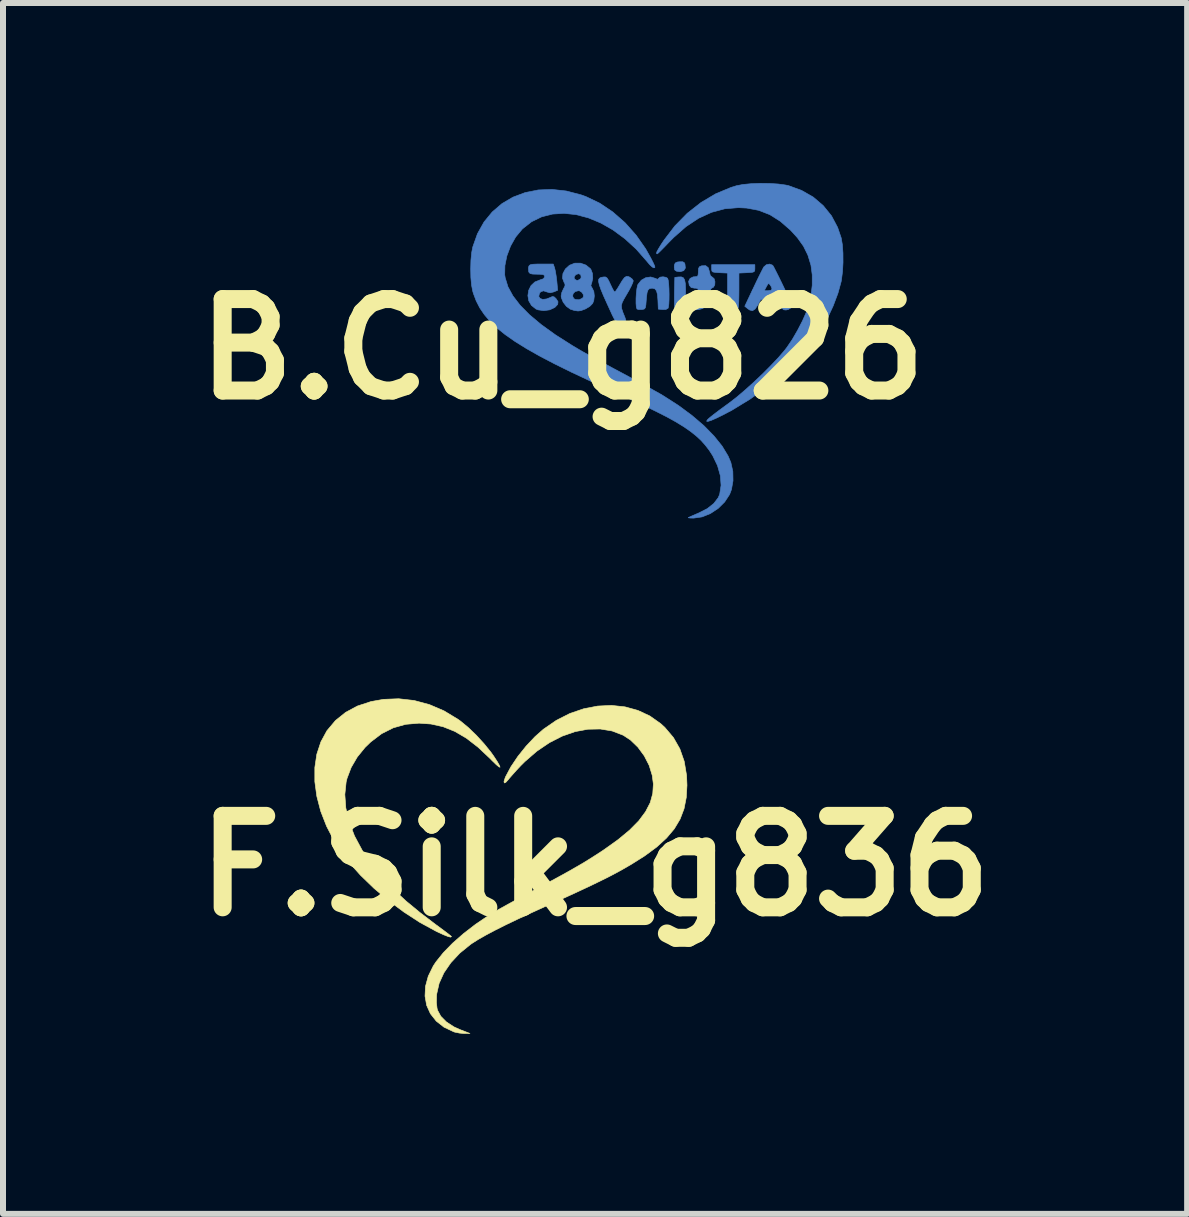
<source format=kicad_pcb>
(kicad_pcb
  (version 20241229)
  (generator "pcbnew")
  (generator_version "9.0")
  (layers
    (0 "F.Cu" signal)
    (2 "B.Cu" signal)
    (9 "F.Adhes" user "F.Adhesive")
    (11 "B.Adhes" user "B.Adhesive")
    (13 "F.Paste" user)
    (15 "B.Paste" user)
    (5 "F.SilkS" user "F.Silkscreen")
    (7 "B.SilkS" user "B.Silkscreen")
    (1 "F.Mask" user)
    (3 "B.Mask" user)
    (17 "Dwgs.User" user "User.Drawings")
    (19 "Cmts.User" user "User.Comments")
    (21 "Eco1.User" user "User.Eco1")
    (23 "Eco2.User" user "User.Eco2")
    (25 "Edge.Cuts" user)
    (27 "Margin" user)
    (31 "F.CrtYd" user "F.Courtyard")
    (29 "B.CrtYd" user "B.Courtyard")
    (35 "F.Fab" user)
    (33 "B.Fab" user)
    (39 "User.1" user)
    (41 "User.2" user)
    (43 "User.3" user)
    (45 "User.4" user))
  (footprint "B.Cu_g826"
    (layer "F.Cu")
    (at 6.321 2.768)
    (property "Reference" "B.Cu_g826" (at 0 0 0) (layer "F.SilkS") (effects (font (size 1.524 1.524) (thickness 0.3))))
    (attr through_hole)
    (fp_poly (pts (xy 2.006 -1.456) (xy 2.033 -1.439) (xy 2.042 -1.419) (xy 2.049 -1.352) (xy 2.022 -1.308) (xy 1.963 -1.291) (xy 1.956 -1.291) (xy 1.899 -1.3) (xy 1.871 -1.321) (xy 1.864 -1.366) (xy 1.866 -1.401) (xy 1.88 -1.435) (xy 1.915 -1.452) (xy 1.951 -1.456) (xy 2.006 -1.456)) (stroke (width 0.01) (type solid)) (fill yes) (layer "B.Cu"))
    (fp_poly (pts (xy 2.016 -1.189) (xy 2.037 -1.154) (xy 2.049 -1.09) (xy 2.053 -0.994) (xy 2.053 -0.941) (xy 2.052 -0.846) (xy 2.049 -0.765) (xy 2.044 -0.708) (xy 2.04 -0.69) (xy 2.012 -0.667) (xy 1.964 -0.657) (xy 1.912 -0.66) (xy 1.877 -0.676) (xy 1.872 -0.684) (xy 1.868 -0.715) (xy 1.866 -0.779) (xy 1.866 -0.866) (xy 1.867 -0.954) (xy 1.873 -1.196) (xy 1.933 -1.203) (xy 1.982 -1.204) (xy 2.016 -1.189)) (stroke (width 0.01) (type solid)) (fill yes) (layer "B.Cu"))
    (fp_poly (pts (xy 3.207 -1.344) (xy 3.205 -1.309) (xy 3.193 -1.29) (xy 3.162 -1.28) (xy 3.101 -1.276) (xy 3.074 -1.274) (xy 2.942 -1.268) (xy 2.942 -0.996) (xy 2.941 -0.89) (xy 2.939 -0.798) (xy 2.935 -0.729) (xy 2.93 -0.691) (xy 2.929 -0.69) (xy 2.902 -0.668) (xy 2.852 -0.656) (xy 2.8 -0.657) (xy 2.766 -0.67) (xy 2.761 -0.696) (xy 2.756 -0.755) (xy 2.753 -0.84) (xy 2.752 -0.944) (xy 2.752 -0.976) (xy 2.752 -1.268) (xy 2.619 -1.274) (xy 2.547 -1.279) (xy 2.508 -1.286) (xy 2.491 -1.302) (xy 2.487 -1.332) (xy 2.487 -1.344) (xy 2.487 -1.408) (xy 3.207 -1.408) (xy 3.207 -1.344)) (stroke (width 0.01) (type solid)) (fill yes) (layer "B.Cu"))
    (fp_poly (pts (xy 1.099 -1.21) (xy 1.122 -1.2) (xy 1.163 -1.169) (xy 1.181 -1.14) (xy 1.173 -1.109) (xy 1.147 -1.051) (xy 1.108 -0.976) (xy 1.077 -0.923) (xy 1.027 -0.837) (xy 0.996 -0.776) (xy 0.983 -0.726) (xy 0.988 -0.675) (xy 1.009 -0.611) (xy 1.041 -0.533) (xy 1.057 -0.484) (xy 1.053 -0.455) (xy 1.028 -0.432) (xy 0.984 -0.406) (xy 0.947 -0.403) (xy 0.913 -0.427) (xy 0.876 -0.481) (xy 0.83 -0.571) (xy 0.818 -0.598) (xy 0.742 -0.764) (xy 0.683 -0.895) (xy 0.641 -0.997) (xy 0.615 -1.072) (xy 0.603 -1.126) (xy 0.604 -1.161) (xy 0.619 -1.183) (xy 0.645 -1.196) (xy 0.683 -1.202) (xy 0.686 -1.203) (xy 0.718 -1.203) (xy 0.743 -1.187) (xy 0.768 -1.149) (xy 0.8 -1.081) (xy 0.831 -1.016) (xy 0.856 -0.97) (xy 0.871 -0.953) (xy 0.889 -0.969) (xy 0.919 -1.013) (xy 0.951 -1.066) (xy 0.999 -1.146) (xy 1.035 -1.193) (xy 1.066 -1.212) (xy 1.099 -1.21)) (stroke (width 0.01) (type solid)) (fill yes) (layer "B.Cu"))
    (fp_poly (pts (xy 1.726 -1.197) (xy 1.753 -1.181) (xy 1.763 -1.15) (xy 1.771 -1.088) (xy 1.776 -1.005) (xy 1.778 -0.914) (xy 1.777 -0.824) (xy 1.773 -0.748) (xy 1.765 -0.695) (xy 1.76 -0.681) (xy 1.725 -0.662) (xy 1.67 -0.66) (xy 1.598 -0.667) (xy 1.592 -0.814) (xy 1.584 -0.911) (xy 1.568 -0.972) (xy 1.541 -1.005) (xy 1.5 -1.016) (xy 1.491 -1.016) (xy 1.453 -1.01) (xy 1.428 -0.988) (xy 1.411 -0.942) (xy 1.401 -0.864) (xy 1.397 -0.815) (xy 1.391 -0.738) (xy 1.383 -0.693) (xy 1.368 -0.671) (xy 1.342 -0.663) (xy 1.322 -0.66) (xy 1.272 -0.66) (xy 1.243 -0.669) (xy 1.232 -0.702) (xy 1.227 -0.764) (xy 1.227 -0.844) (xy 1.232 -0.929) (xy 1.241 -1.006) (xy 1.253 -1.064) (xy 1.26 -1.08) (xy 1.315 -1.149) (xy 1.389 -1.191) (xy 1.471 -1.203) (xy 1.548 -1.18) (xy 1.548 -1.18) (xy 1.584 -1.164) (xy 1.601 -1.176) (xy 1.603 -1.18) (xy 1.629 -1.2) (xy 1.677 -1.206) (xy 1.726 -1.197)) (stroke (width 0.01) (type solid)) (fill yes) (layer "B.Cu"))
    (fp_poly (pts (xy 2.431 -1.357) (xy 2.451 -1.288) (xy 2.451 -1.286) (xy 2.465 -1.227) (xy 2.496 -1.201) (xy 2.499 -1.2) (xy 2.529 -1.173) (xy 2.542 -1.125) (xy 2.539 -1.073) (xy 2.518 -1.033) (xy 2.5 -1.023) (xy 2.476 -1.008) (xy 2.462 -0.974) (xy 2.453 -0.91) (xy 2.451 -0.884) (xy 2.442 -0.806) (xy 2.426 -0.756) (xy 2.397 -0.718) (xy 2.384 -0.706) (xy 2.33 -0.675) (xy 2.265 -0.658) (xy 2.203 -0.656) (xy 2.159 -0.671) (xy 2.146 -0.686) (xy 2.138 -0.749) (xy 2.16 -0.801) (xy 2.201 -0.825) (xy 2.236 -0.84) (xy 2.254 -0.872) (xy 2.261 -0.927) (xy 2.263 -0.983) (xy 2.254 -1.009) (xy 2.225 -1.016) (xy 2.202 -1.016) (xy 2.146 -1.027) (xy 2.114 -1.066) (xy 2.103 -1.13) (xy 2.128 -1.179) (xy 2.181 -1.205) (xy 2.202 -1.206) (xy 2.242 -1.21) (xy 2.26 -1.228) (xy 2.265 -1.274) (xy 2.265 -1.291) (xy 2.269 -1.347) (xy 2.286 -1.375) (xy 2.321 -1.389) (xy 2.388 -1.391) (xy 2.431 -1.357)) (stroke (width 0.01) (type solid)) (fill yes) (layer "B.Cu"))
    (fp_poly (pts (xy 3.5 -1.4) (xy 3.508 -1.392) (xy 3.524 -1.365) (xy 3.554 -1.306) (xy 3.596 -1.223) (xy 3.645 -1.123) (xy 3.684 -1.042) (xy 3.741 -0.921) (xy 3.781 -0.833) (xy 3.806 -0.772) (xy 3.817 -0.731) (xy 3.818 -0.705) (xy 3.81 -0.689) (xy 3.808 -0.688) (xy 3.764 -0.661) (xy 3.726 -0.652) (xy 3.689 -0.656) (xy 3.657 -0.683) (xy 3.624 -0.736) (xy 3.574 -0.826) (xy 3.305 -0.826) (xy 3.256 -0.736) (xy 3.211 -0.669) (xy 3.169 -0.642) (xy 3.122 -0.652) (xy 3.089 -0.674) (xy 3.039 -0.715) (xy 3.161 -0.974) (xy 3.364 -0.974) (xy 3.428 -0.974) (xy 3.476 -0.982) (xy 3.493 -1.001) (xy 3.481 -1.04) (xy 3.463 -1.069) (xy 3.443 -1.092) (xy 3.426 -1.087) (xy 3.403 -1.049) (xy 3.399 -1.041) (xy 3.364 -0.974) (xy 3.161 -0.974) (xy 3.183 -1.019) (xy 3.234 -1.127) (xy 3.281 -1.224) (xy 3.321 -1.303) (xy 3.348 -1.356) (xy 3.357 -1.371) (xy 3.399 -1.407) (xy 3.453 -1.418) (xy 3.5 -1.4)) (stroke (width 0.01) (type solid)) (fill yes) (layer "B.Cu"))
    (fp_poly (pts (xy -0.13 -1.354) (xy -0.117 -1.3) (xy -0.104 -1.221) (xy -0.093 -1.135) (xy -0.079 -0.981) (xy -0.144 -0.954) (xy -0.205 -0.939) (xy -0.251 -0.951) (xy -0.315 -0.972) (xy -0.362 -0.956) (xy -0.382 -0.93) (xy -0.394 -0.879) (xy -0.373 -0.845) (xy -0.327 -0.829) (xy -0.263 -0.837) (xy -0.212 -0.857) (xy -0.167 -0.877) (xy -0.137 -0.871) (xy -0.106 -0.842) (xy -0.073 -0.791) (xy -0.078 -0.746) (xy -0.122 -0.699) (xy -0.13 -0.693) (xy -0.212 -0.655) (xy -0.31 -0.642) (xy -0.405 -0.655) (xy -0.44 -0.669) (xy -0.515 -0.728) (xy -0.56 -0.805) (xy -0.575 -0.892) (xy -0.562 -0.98) (xy -0.523 -1.059) (xy -0.458 -1.12) (xy -0.37 -1.155) (xy -0.316 -1.173) (xy -0.297 -1.203) (xy -0.296 -1.209) (xy -0.302 -1.231) (xy -0.324 -1.243) (xy -0.374 -1.248) (xy -0.422 -1.249) (xy -0.494 -1.251) (xy -0.535 -1.259) (xy -0.555 -1.277) (xy -0.561 -1.291) (xy -0.566 -1.347) (xy -0.561 -1.376) (xy -0.551 -1.396) (xy -0.53 -1.408) (xy -0.491 -1.415) (xy -0.423 -1.418) (xy -0.35 -1.418) (xy -0.152 -1.418) (xy -0.13 -1.354)) (stroke (width 0.01) (type solid)) (fill yes) (layer "B.Cu"))
    (fp_poly (pts (xy 0.393 -1.401) (xy 0.466 -1.341) (xy 0.475 -1.329) (xy 0.501 -1.262) (xy 0.506 -1.18) (xy 0.489 -1.105) (xy 0.485 -1.098) (xy 0.474 -1.056) (xy 0.498 -1.015) (xy 0.498 -1.015) (xy 0.524 -0.961) (xy 0.532 -0.887) (xy 0.523 -0.81) (xy 0.504 -0.762) (xy 0.457 -0.714) (xy 0.386 -0.671) (xy 0.309 -0.642) (xy 0.26 -0.636) (xy 0.198 -0.645) (xy 0.133 -0.666) (xy 0.067 -0.713) (xy 0.013 -0.783) (xy -0.018 -0.859) (xy -0.02 -0.883) (xy 0.17 -0.883) (xy 0.189 -0.844) (xy 0.217 -0.827) (xy 0.279 -0.823) (xy 0.333 -0.849) (xy 0.349 -0.868) (xy 0.351 -0.905) (xy 0.327 -0.945) (xy 0.287 -0.971) (xy 0.268 -0.974) (xy 0.213 -0.96) (xy 0.179 -0.925) (xy 0.17 -0.883) (xy -0.02 -0.883) (xy -0.021 -0.889) (xy -0.01 -0.944) (xy 0.017 -1.004) (xy 0.019 -1.007) (xy 0.043 -1.054) (xy 0.043 -1.087) (xy 0.029 -1.111) (xy 0.002 -1.182) (xy 0.004 -1.203) (xy 0.195 -1.203) (xy 0.203 -1.166) (xy 0.238 -1.147) (xy 0.259 -1.147) (xy 0.302 -1.171) (xy 0.313 -1.199) (xy 0.305 -1.241) (xy 0.271 -1.258) (xy 0.225 -1.243) (xy 0.221 -1.24) (xy 0.195 -1.203) (xy 0.004 -1.203) (xy 0.009 -1.26) (xy 0.05 -1.336) (xy 0.118 -1.398) (xy 0.206 -1.433) (xy 0.302 -1.433) (xy 0.393 -1.401)) (stroke (width 0.01) (type solid)) (fill yes) (layer "B.Cu"))
    (fp_poly (pts (xy 3.451 -2.761) (xy 3.596 -2.752) (xy 3.72 -2.735) (xy 3.768 -2.725) (xy 3.986 -2.645) (xy 4.18 -2.534) (xy 4.346 -2.392) (xy 4.483 -2.223) (xy 4.586 -2.029) (xy 4.646 -1.853) (xy 4.665 -1.741) (xy 4.675 -1.601) (xy 4.676 -1.447) (xy 4.668 -1.295) (xy 4.65 -1.156) (xy 4.645 -1.126) (xy 4.592 -0.933) (xy 4.513 -0.723) (xy 4.414 -0.51) (xy 4.299 -0.306) (xy 4.175 -0.121) (xy 4.135 -0.069) (xy 3.923 0.171) (xy 3.678 0.407) (xy 3.408 0.63) (xy 3.123 0.835) (xy 2.83 1.014) (xy 2.683 1.092) (xy 2.564 1.15) (xy 2.477 1.188) (xy 2.423 1.204) (xy 2.403 1.2) (xy 2.418 1.175) (xy 2.447 1.148) (xy 2.487 1.115) (xy 2.554 1.063) (xy 2.639 0.999) (xy 2.735 0.929) (xy 2.775 0.9) (xy 2.902 0.802) (xy 3.042 0.683) (xy 3.19 0.55) (xy 3.337 0.411) (xy 3.476 0.271) (xy 3.6 0.14) (xy 3.701 0.022) (xy 3.743 -0.032) (xy 3.831 -0.162) (xy 3.919 -0.314) (xy 4.001 -0.473) (xy 4.068 -0.624) (xy 4.106 -0.73) (xy 4.143 -0.892) (xy 4.163 -1.066) (xy 4.163 -1.238) (xy 4.143 -1.39) (xy 4.141 -1.402) (xy 4.09 -1.568) (xy 4.017 -1.716) (xy 3.916 -1.857) (xy 3.802 -1.982) (xy 3.631 -2.131) (xy 3.457 -2.241) (xy 3.272 -2.313) (xy 3.072 -2.351) (xy 2.932 -2.358) (xy 2.705 -2.339) (xy 2.485 -2.28) (xy 2.271 -2.182) (xy 2.061 -2.043) (xy 1.855 -1.862) (xy 1.773 -1.779) (xy 1.703 -1.706) (xy 1.644 -1.646) (xy 1.601 -1.604) (xy 1.58 -1.588) (xy 1.579 -1.587) (xy 1.568 -1.595) (xy 1.573 -1.62) (xy 1.598 -1.667) (xy 1.643 -1.741) (xy 1.693 -1.816) (xy 1.875 -2.054) (xy 2.081 -2.264) (xy 2.309 -2.443) (xy 2.553 -2.588) (xy 2.809 -2.695) (xy 2.9 -2.723) (xy 3.007 -2.744) (xy 3.143 -2.757) (xy 3.295 -2.763) (xy 3.451 -2.761)) (stroke (width 0.01) (type solid)) (fill yes) (layer "B.Cu"))
    (fp_poly (pts (xy 0.067 -2.635) (xy 0.313 -2.571) (xy 0.393 -2.542) (xy 0.621 -2.433) (xy 0.84 -2.286) (xy 1.044 -2.107) (xy 1.228 -1.9) (xy 1.388 -1.671) (xy 1.473 -1.519) (xy 1.513 -1.44) (xy 1.535 -1.392) (xy 1.542 -1.366) (xy 1.536 -1.357) (xy 1.519 -1.356) (xy 1.493 -1.372) (xy 1.451 -1.412) (xy 1.408 -1.464) (xy 1.23 -1.667) (xy 1.04 -1.841) (xy 0.842 -1.987) (xy 0.638 -2.103) (xy 0.432 -2.188) (xy 0.227 -2.242) (xy 0.027 -2.263) (xy -0.165 -2.251) (xy -0.346 -2.205) (xy -0.513 -2.124) (xy -0.662 -2.007) (xy -0.672 -1.997) (xy -0.779 -1.868) (xy -0.864 -1.717) (xy -0.925 -1.555) (xy -0.958 -1.392) (xy -0.961 -1.238) (xy -0.953 -1.189) (xy -0.907 -1.039) (xy -0.824 -0.887) (xy -0.705 -0.732) (xy -0.547 -0.572) (xy -0.351 -0.408) (xy -0.115 -0.238) (xy 0.162 -0.062) (xy 0.263 -0.002) (xy 0.333 0.039) (xy 0.434 0.095) (xy 0.557 0.162) (xy 0.696 0.238) (xy 0.842 0.317) (xy 0.972 0.386) (xy 1.119 0.465) (xy 1.265 0.544) (xy 1.402 0.619) (xy 1.523 0.686) (xy 1.62 0.74) (xy 1.679 0.775) (xy 1.932 0.937) (xy 2.159 1.105) (xy 2.359 1.276) (xy 2.527 1.448) (xy 2.662 1.616) (xy 2.761 1.78) (xy 2.807 1.888) (xy 2.84 2.038) (xy 2.843 2.193) (xy 2.817 2.339) (xy 2.786 2.421) (xy 2.704 2.546) (xy 2.595 2.654) (xy 2.466 2.739) (xy 2.328 2.795) (xy 2.189 2.815) (xy 2.185 2.815) (xy 2.13 2.814) (xy 2.1 2.81) (xy 2.097 2.807) (xy 2.12 2.796) (xy 2.171 2.773) (xy 2.243 2.742) (xy 2.269 2.731) (xy 2.413 2.658) (xy 2.523 2.571) (xy 2.597 2.474) (xy 2.621 2.417) (xy 2.644 2.269) (xy 2.632 2.108) (xy 2.585 1.941) (xy 2.505 1.775) (xy 2.447 1.685) (xy 2.382 1.601) (xy 2.311 1.521) (xy 2.228 1.444) (xy 2.132 1.368) (xy 2.019 1.29) (xy 1.886 1.209) (xy 1.73 1.123) (xy 1.546 1.03) (xy 1.333 0.927) (xy 1.086 0.812) (xy 0.832 0.697) (xy 0.474 0.535) (xy 0.154 0.385) (xy -0.13 0.245) (xy -0.38 0.114) (xy -0.599 -0.01) (xy -0.789 -0.128) (xy -0.952 -0.242) (xy -1.09 -0.353) (xy -1.205 -0.463) (xy -1.299 -0.574) (xy -1.376 -0.687) (xy -1.436 -0.804) (xy -1.482 -0.926) (xy -1.493 -0.962) (xy -1.513 -1.064) (xy -1.525 -1.193) (xy -1.528 -1.337) (xy -1.524 -1.482) (xy -1.511 -1.613) (xy -1.493 -1.704) (xy -1.415 -1.924) (xy -1.306 -2.119) (xy -1.169 -2.286) (xy -1.007 -2.425) (xy -0.823 -2.533) (xy -0.621 -2.609) (xy -0.402 -2.653) (xy -0.172 -2.662) (xy 0.067 -2.635)) (stroke (width 0.01) (type solid)) (fill yes) (layer "B.Cu")))
  (footprint "F.Silk_g836"
    (layer "F.Cu")
    (at 6.865 11.379)
    (property "Reference" "F.Silk_g836" (at 0 0 0) (layer "F.SilkS") (effects (font (size 1.524 1.524) (thickness 0.3))))
    (attr through_hole)
    (fp_poly (pts (xy -3.015 -2.757) (xy -2.761 -2.689) (xy -2.516 -2.584) (xy -2.285 -2.444) (xy -2.24 -2.412) (xy -2.113 -2.307) (xy -1.979 -2.178) (xy -1.85 -2.037) (xy -1.738 -1.899) (xy -1.688 -1.829) (xy -1.627 -1.735) (xy -1.592 -1.673) (xy -1.583 -1.645) (xy -1.6 -1.65) (xy -1.645 -1.687) (xy -1.716 -1.756) (xy -1.749 -1.79) (xy -1.95 -1.979) (xy -2.144 -2.129) (xy -2.337 -2.242) (xy -2.532 -2.32) (xy -2.734 -2.365) (xy -2.932 -2.379) (xy -3.154 -2.36) (xy -3.361 -2.302) (xy -3.556 -2.204) (xy -3.738 -2.066) (xy -3.832 -1.975) (xy -3.962 -1.815) (xy -4.064 -1.64) (xy -4.132 -1.461) (xy -4.147 -1.401) (xy -4.169 -1.19) (xy -4.153 -0.967) (xy -4.099 -0.736) (xy -4.008 -0.5) (xy -3.881 -0.263) (xy -3.833 -0.187) (xy -3.688 0.017) (xy -3.529 0.21) (xy -3.35 0.399) (xy -3.147 0.587) (xy -2.914 0.779) (xy -2.662 0.971) (xy -2.57 1.039) (xy -2.492 1.097) (xy -2.432 1.143) (xy -2.398 1.171) (xy -2.392 1.177) (xy -2.406 1.186) (xy -2.448 1.176) (xy -2.522 1.147) (xy -2.63 1.097) (xy -2.658 1.083) (xy -2.919 0.941) (xy -3.182 0.77) (xy -3.44 0.578) (xy -3.685 0.371) (xy -3.908 0.155) (xy -4.102 -0.062) (xy -4.184 -0.169) (xy -4.344 -0.412) (xy -4.473 -0.661) (xy -4.571 -0.912) (xy -4.636 -1.161) (xy -4.669 -1.405) (xy -4.669 -1.64) (xy -4.636 -1.862) (xy -4.568 -2.068) (xy -4.467 -2.254) (xy -4.465 -2.256) (xy -4.325 -2.423) (xy -4.156 -2.559) (xy -3.959 -2.665) (xy -3.733 -2.739) (xy -3.525 -2.776) (xy -3.272 -2.786) (xy -3.015 -2.757)) (stroke (width 0.01) (type solid)) (fill yes) (layer "F.SilkS"))
    (fp_poly (pts (xy 0.499 -2.651) (xy 0.713 -2.592) (xy 0.913 -2.499) (xy 1.094 -2.371) (xy 1.163 -2.308) (xy 1.306 -2.139) (xy 1.413 -1.951) (xy 1.486 -1.742) (xy 1.525 -1.509) (xy 1.532 -1.344) (xy 1.52 -1.14) (xy 1.483 -0.953) (xy 1.417 -0.78) (xy 1.321 -0.619) (xy 1.191 -0.465) (xy 1.027 -0.315) (xy 0.825 -0.166) (xy 0.612 -0.032) (xy 0.496 0.036) (xy 0.376 0.103) (xy 0.247 0.171) (xy 0.105 0.242) (xy -0.055 0.32) (xy -0.238 0.406) (xy -0.45 0.504) (xy -0.694 0.614) (xy -0.763 0.645) (xy -1.042 0.772) (xy -1.284 0.884) (xy -1.493 0.984) (xy -1.67 1.073) (xy -1.819 1.152) (xy -1.942 1.222) (xy -2.042 1.285) (xy -2.073 1.306) (xy -2.254 1.453) (xy -2.403 1.613) (xy -2.519 1.782) (xy -2.598 1.956) (xy -2.638 2.132) (xy -2.641 2.166) (xy -2.643 2.277) (xy -2.633 2.369) (xy -2.625 2.403) (xy -2.57 2.505) (xy -2.477 2.599) (xy -2.352 2.681) (xy -2.253 2.726) (xy -2.085 2.791) (xy -2.18 2.792) (xy -2.26 2.785) (xy -2.338 2.769) (xy -2.353 2.764) (xy -2.516 2.687) (xy -2.646 2.585) (xy -2.743 2.462) (xy -2.806 2.322) (xy -2.833 2.169) (xy -2.825 2.006) (xy -2.779 1.837) (xy -2.695 1.666) (xy -2.649 1.597) (xy -2.528 1.446) (xy -2.374 1.288) (xy -2.192 1.128) (xy -1.99 0.972) (xy -1.773 0.825) (xy -1.707 0.783) (xy -1.651 0.75) (xy -1.563 0.701) (xy -1.451 0.639) (xy -1.32 0.567) (xy -1.176 0.489) (xy -1.026 0.408) (xy -0.987 0.388) (xy -0.777 0.275) (xy -0.598 0.178) (xy -0.446 0.094) (xy -0.315 0.019) (xy -0.198 -0.049) (xy -0.091 -0.115) (xy 0.013 -0.181) (xy 0.119 -0.25) (xy 0.159 -0.277) (xy 0.388 -0.441) (xy 0.578 -0.599) (xy 0.729 -0.752) (xy 0.842 -0.904) (xy 0.92 -1.055) (xy 0.962 -1.208) (xy 0.972 -1.365) (xy 0.953 -1.509) (xy 0.902 -1.675) (xy 0.82 -1.835) (xy 0.714 -1.979) (xy 0.591 -2.098) (xy 0.47 -2.178) (xy 0.285 -2.249) (xy 0.087 -2.282) (xy -0.12 -2.278) (xy -0.333 -2.238) (xy -0.547 -2.163) (xy -0.761 -2.054) (xy -0.97 -1.912) (xy -1.171 -1.738) (xy -1.239 -1.67) (xy -1.31 -1.594) (xy -1.375 -1.521) (xy -1.427 -1.462) (xy -1.444 -1.44) (xy -1.487 -1.393) (xy -1.512 -1.383) (xy -1.517 -1.408) (xy -1.499 -1.465) (xy -1.49 -1.487) (xy -1.402 -1.652) (xy -1.285 -1.826) (xy -1.148 -1.997) (xy -1 -2.154) (xy -0.861 -2.277) (xy -0.645 -2.426) (xy -0.42 -2.54) (xy -0.189 -2.619) (xy 0.044 -2.664) (xy 0.275 -2.675) (xy 0.499 -2.651)) (stroke (width 0.01) (type solid)) (fill yes) (layer "F.SilkS")))
  (gr_rect
    (start -3 -3)
    (end 16.731 17.176)
    (stroke (width 0.1) (type default))
    (fill no)
    (layer "Edge.Cuts")))
</source>
